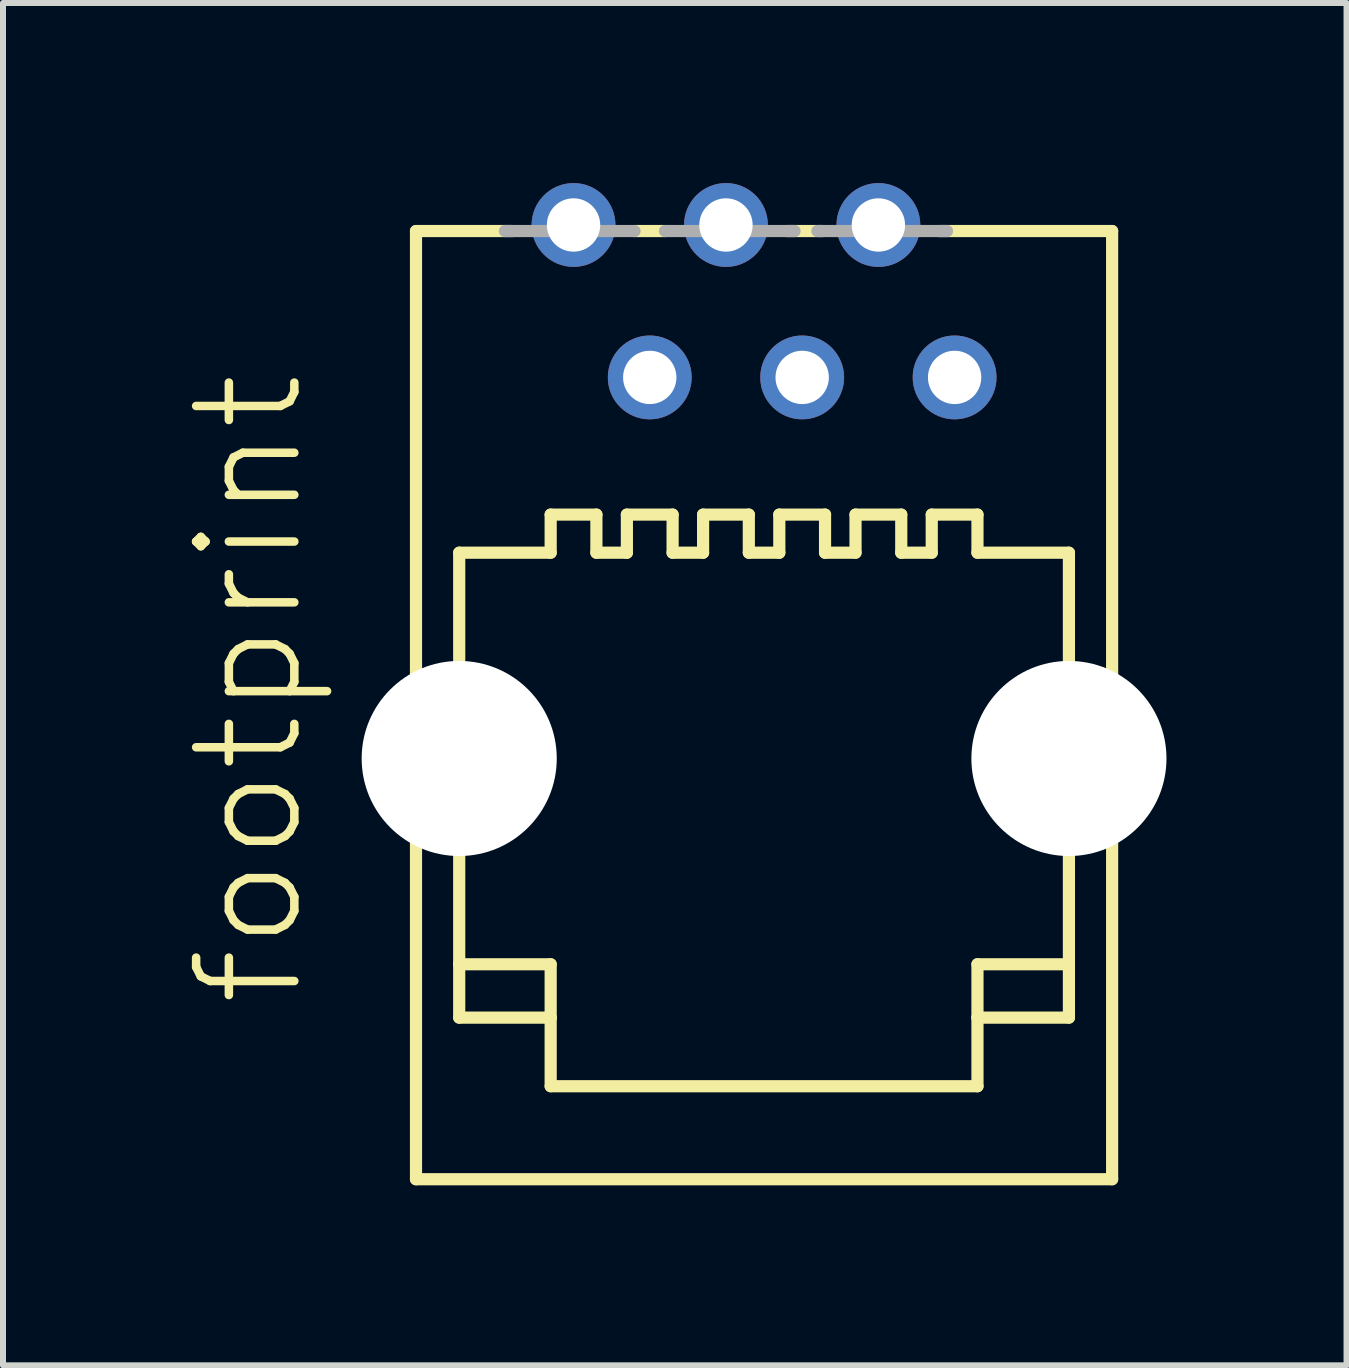
<source format=kicad_pcb>
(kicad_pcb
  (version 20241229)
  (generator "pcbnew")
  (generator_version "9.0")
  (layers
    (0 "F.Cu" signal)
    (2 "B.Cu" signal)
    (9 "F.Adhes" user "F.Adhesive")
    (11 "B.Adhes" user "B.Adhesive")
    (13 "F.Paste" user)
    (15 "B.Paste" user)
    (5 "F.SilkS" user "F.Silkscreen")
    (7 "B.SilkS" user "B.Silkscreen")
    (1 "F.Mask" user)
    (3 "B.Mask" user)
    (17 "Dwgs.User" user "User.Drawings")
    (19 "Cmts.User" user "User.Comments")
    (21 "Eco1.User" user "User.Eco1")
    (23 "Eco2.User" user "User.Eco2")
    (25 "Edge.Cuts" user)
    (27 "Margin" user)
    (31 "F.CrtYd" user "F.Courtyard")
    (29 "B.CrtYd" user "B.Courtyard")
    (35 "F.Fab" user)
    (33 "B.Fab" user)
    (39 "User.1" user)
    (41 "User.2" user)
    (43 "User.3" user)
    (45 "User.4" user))
  (footprint "footprint"
    (layer "F.Cu")
    (at 9.682 8.7)
    (property "Reference" "footprint" (at -7.62 5.08 90) (layer "F.SilkS") (effects (font (size 1.636 1.636) (thickness 0.142)) (justify left bottom)))
    (fp_line (start -5.8 -7.9) (end -5.8 7.9) (stroke (width 0.203) (type solid)) (layer "F.SilkS"))
    (fp_line (start -5.8 7.9) (end 5.8 7.9) (stroke (width 0.203) (type solid)) (layer "F.SilkS"))
    (fp_line (start -5.08 -2.54) (end -5.08 4.318) (stroke (width 0.203) (type solid)) (layer "F.SilkS"))
    (fp_line (start -5.08 4.318) (end -5.08 5.207) (stroke (width 0.203) (type solid)) (layer "F.SilkS"))
    (fp_line (start -5.08 4.318) (end -3.556 4.318) (stroke (width 0.203) (type solid)) (layer "F.SilkS"))
    (fp_line (start -5.08 5.207) (end -3.556 5.207) (stroke (width 0.203) (type solid)) (layer "F.SilkS"))
    (fp_line (start -4.191 -7.9) (end -5.8 -7.9) (stroke (width 0.203) (type solid)) (layer "F.SilkS"))
    (fp_line (start -3.556 -3.175) (end -3.556 -2.54) (stroke (width 0.203) (type solid)) (layer "F.SilkS"))
    (fp_line (start -3.556 -3.175) (end -2.794 -3.175) (stroke (width 0.203) (type solid)) (layer "F.SilkS"))
    (fp_line (start -3.556 -2.54) (end -5.08 -2.54) (stroke (width 0.203) (type solid)) (layer "F.SilkS"))
    (fp_line (start -3.556 4.318) (end -3.556 5.207) (stroke (width 0.203) (type solid)) (layer "F.SilkS"))
    (fp_line (start -3.556 5.207) (end -3.556 6.35) (stroke (width 0.203) (type solid)) (layer "F.SilkS"))
    (fp_line (start -3.556 6.35) (end 3.556 6.35) (stroke (width 0.203) (type solid)) (layer "F.SilkS"))
    (fp_line (start -2.794 -3.175) (end -2.794 -2.54) (stroke (width 0.203) (type solid)) (layer "F.SilkS"))
    (fp_line (start -2.286 -3.175) (end -2.286 -2.54) (stroke (width 0.203) (type solid)) (layer "F.SilkS"))
    (fp_line (start -2.286 -3.175) (end -1.524 -3.175) (stroke (width 0.203) (type solid)) (layer "F.SilkS"))
    (fp_line (start -2.286 -2.54) (end -2.794 -2.54) (stroke (width 0.203) (type solid)) (layer "F.SilkS"))
    (fp_line (start -1.651 -7.9) (end -2.159 -7.9) (stroke (width 0.203) (type solid)) (layer "F.SilkS"))
    (fp_line (start -1.524 -3.175) (end -1.524 -2.54) (stroke (width 0.203) (type solid)) (layer "F.SilkS"))
    (fp_line (start -1.016 -3.175) (end -1.016 -2.54) (stroke (width 0.203) (type solid)) (layer "F.SilkS"))
    (fp_line (start -1.016 -3.175) (end -0.254 -3.175) (stroke (width 0.203) (type solid)) (layer "F.SilkS"))
    (fp_line (start -1.016 -2.54) (end -1.524 -2.54) (stroke (width 0.203) (type solid)) (layer "F.SilkS"))
    (fp_line (start -0.254 -3.175) (end -0.254 -2.54) (stroke (width 0.203) (type solid)) (layer "F.SilkS"))
    (fp_line (start 0.254 -3.175) (end 0.254 -2.54) (stroke (width 0.203) (type solid)) (layer "F.SilkS"))
    (fp_line (start 0.254 -3.175) (end 1.016 -3.175) (stroke (width 0.203) (type solid)) (layer "F.SilkS"))
    (fp_line (start 0.254 -2.54) (end -0.254 -2.54) (stroke (width 0.203) (type solid)) (layer "F.SilkS"))
    (fp_line (start 0.974 -7.9) (end 0.381 -7.9) (stroke (width 0.203) (type solid)) (layer "F.SilkS"))
    (fp_line (start 1.016 -3.175) (end 1.016 -2.54) (stroke (width 0.203) (type solid)) (layer "F.SilkS"))
    (fp_line (start 1.524 -3.175) (end 1.524 -2.54) (stroke (width 0.203) (type solid)) (layer "F.SilkS"))
    (fp_line (start 1.524 -3.175) (end 2.286 -3.175) (stroke (width 0.203) (type solid)) (layer "F.SilkS"))
    (fp_line (start 1.524 -2.54) (end 1.016 -2.54) (stroke (width 0.203) (type solid)) (layer "F.SilkS"))
    (fp_line (start 2.286 -3.175) (end 2.286 -2.54) (stroke (width 0.203) (type solid)) (layer "F.SilkS"))
    (fp_line (start 2.794 -3.175) (end 2.794 -2.54) (stroke (width 0.203) (type solid)) (layer "F.SilkS"))
    (fp_line (start 2.794 -3.175) (end 3.556 -3.175) (stroke (width 0.203) (type solid)) (layer "F.SilkS"))
    (fp_line (start 2.794 -2.54) (end 2.286 -2.54) (stroke (width 0.203) (type solid)) (layer "F.SilkS"))
    (fp_line (start 3.556 -3.175) (end 3.556 -2.54) (stroke (width 0.203) (type solid)) (layer "F.SilkS"))
    (fp_line (start 3.556 4.318) (end 3.556 5.207) (stroke (width 0.203) (type solid)) (layer "F.SilkS"))
    (fp_line (start 3.556 5.207) (end 3.556 6.35) (stroke (width 0.203) (type solid)) (layer "F.SilkS"))
    (fp_line (start 5.08 -2.54) (end 3.556 -2.54) (stroke (width 0.203) (type solid)) (layer "F.SilkS"))
    (fp_line (start 5.08 4.318) (end 3.556 4.318) (stroke (width 0.203) (type solid)) (layer "F.SilkS"))
    (fp_line (start 5.08 4.318) (end 5.08 -2.54) (stroke (width 0.203) (type solid)) (layer "F.SilkS"))
    (fp_line (start 5.08 5.207) (end 3.556 5.207) (stroke (width 0.203) (type solid)) (layer "F.SilkS"))
    (fp_line (start 5.08 5.207) (end 5.08 4.318) (stroke (width 0.203) (type solid)) (layer "F.SilkS"))
    (fp_line (start 5.8 -7.9) (end 2.921 -7.9) (stroke (width 0.203) (type solid)) (layer "F.SilkS"))
    (fp_line (start 5.8 7.9) (end 5.8 -7.9) (stroke (width 0.203) (type solid)) (layer "F.SilkS"))
    (fp_line (start -2.159 -7.9) (end -4.318 -7.9) (stroke (width 0.203) (type solid)) (layer "F.Fab"))
    (fp_line (start 0.508 -7.9) (end -1.651 -7.9) (stroke (width 0.203) (type solid)) (layer "F.Fab"))
    (fp_line (start 3.048 -7.9) (end 0.889 -7.9) (stroke (width 0.203) (type solid)) (layer "F.Fab"))
    (pad "" np_thru_hole circle (at -5.08 0.889) (size 3.251 3.251) (drill 3.251) (layers "*.Cu" "*.Mask"))
    (pad "" np_thru_hole circle (at 5.08 0.889) (size 3.251 3.251) (drill 3.251) (layers "*.Cu" "*.Mask"))
    (pad "1" thru_hole circle (at -3.175 -8.001) (size 1.397 1.397) (drill 0.889) (layers "*.Cu" "*.Mask"))
    (pad "2" thru_hole circle (at -1.905 -5.461) (size 1.397 1.397) (drill 0.889) (layers "*.Cu" "*.Mask"))
    (pad "3" thru_hole circle (at -0.635 -8.001) (size 1.397 1.397) (drill 0.889) (layers "*.Cu" "*.Mask"))
    (pad "4" thru_hole circle (at 0.635 -5.461) (size 1.397 1.397) (drill 0.889) (layers "*.Cu" "*.Mask"))
    (pad "5" thru_hole circle (at 1.905 -8.001) (size 1.397 1.397) (drill 0.889) (layers "*.Cu" "*.Mask"))
    (pad "6" thru_hole circle (at 3.175 -5.461) (size 1.397 1.397) (drill 0.889) (layers "*.Cu" "*.Mask")))
  (gr_rect
    (start -3 -3)
    (end 19.388 19.701)
    (stroke (width 0.1) (type default))
    (fill no)
    (layer "Edge.Cuts")))
</source>
